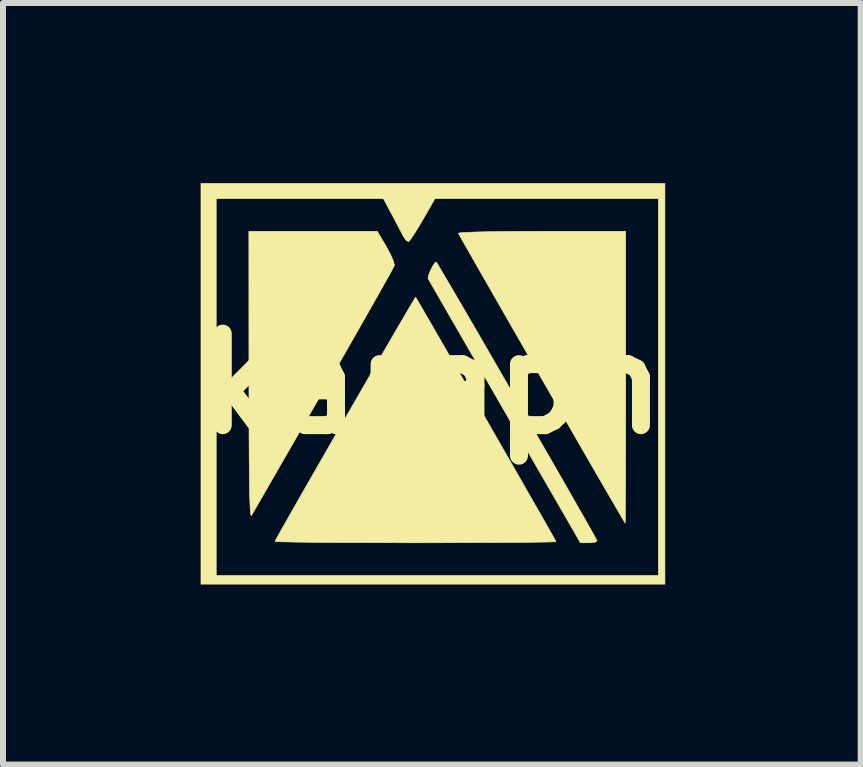
<source format=kicad_pcb>
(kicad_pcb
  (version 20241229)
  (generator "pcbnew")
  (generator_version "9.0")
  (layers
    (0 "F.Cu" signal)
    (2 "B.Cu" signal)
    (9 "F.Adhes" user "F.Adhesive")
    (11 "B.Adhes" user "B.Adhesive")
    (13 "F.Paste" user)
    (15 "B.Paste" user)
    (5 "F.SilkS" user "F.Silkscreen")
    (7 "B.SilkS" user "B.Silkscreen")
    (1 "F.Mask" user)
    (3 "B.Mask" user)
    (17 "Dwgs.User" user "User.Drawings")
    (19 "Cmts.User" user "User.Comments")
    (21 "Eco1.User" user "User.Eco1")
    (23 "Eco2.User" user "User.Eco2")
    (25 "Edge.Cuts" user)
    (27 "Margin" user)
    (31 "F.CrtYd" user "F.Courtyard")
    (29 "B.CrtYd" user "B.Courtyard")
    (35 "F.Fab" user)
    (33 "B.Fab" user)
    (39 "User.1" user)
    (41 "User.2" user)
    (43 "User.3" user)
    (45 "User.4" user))
  (footprint "karaph"
    (layer "F.Cu")
    (at 4.144 3.343)
    (property "Reference" "karaph" (at 0 0 0) (layer "F.SilkS") (effects (font (size 1.524 1.524) (thickness 0.3))))
    (attr through_hole)
    (fp_poly (pts (xy 3.883 3.338) (xy -3.846 3.338) (xy -3.846 -3.084) (xy -3.592 -3.084) (xy -3.592 3.193) (xy 3.774 3.193) (xy 3.774 -3.084) (xy 0.052 -3.084) (xy -0.15 -2.732) (xy -0.234 -2.59) (xy -0.308 -2.473) (xy -0.363 -2.394) (xy -0.388 -2.368) (xy -0.428 -2.388) (xy -0.474 -2.454) (xy -0.476 -2.457) (xy -0.517 -2.537) (xy -0.581 -2.658) (xy -0.653 -2.796) (xy -0.667 -2.821) (xy -0.807 -3.084) (xy -3.592 -3.084) (xy -3.846 -3.084) (xy -3.846 -3.338) (xy 3.883 -3.338) (xy 3.883 3.338)) (stroke (width 0.01) (type solid)) (fill yes) (layer "F.SilkS"))
    (fp_poly (pts (xy -0.759 -2.286) (xy -0.691 -2.16) (xy -0.643 -2.051) (xy -0.624 -1.979) (xy -0.625 -1.968) (xy -0.646 -1.927) (xy -0.7 -1.827) (xy -0.784 -1.677) (xy -0.895 -1.479) (xy -1.03 -1.241) (xy -1.186 -0.967) (xy -1.359 -0.663) (xy -1.547 -0.335) (xy -1.747 0.012) (xy -1.803 0.109) (xy -2.006 0.461) (xy -2.199 0.795) (xy -2.378 1.107) (xy -2.542 1.391) (xy -2.685 1.64) (xy -2.806 1.85) (xy -2.902 2.016) (xy -2.968 2.131) (xy -3.002 2.19) (xy -3.005 2.195) (xy -3.013 2.192) (xy -3.021 2.148) (xy -3.027 2.06) (xy -3.033 1.923) (xy -3.037 1.735) (xy -3.04 1.492) (xy -3.043 1.191) (xy -3.045 0.828) (xy -3.046 0.399) (xy -3.047 -0.098) (xy -3.047 -0.136) (xy -3.048 -2.54) (xy -0.91 -2.54) (xy -0.759 -2.286)) (stroke (width 0.01) (type solid)) (fill yes) (layer "F.SilkS"))
    (fp_poly (pts (xy 0.092 -2) (xy 0.144 -1.912) (xy 0.226 -1.773) (xy 0.334 -1.59) (xy 0.464 -1.367) (xy 0.613 -1.111) (xy 0.777 -0.829) (xy 0.953 -0.525) (xy 1.137 -0.206) (xy 1.326 0.122) (xy 1.517 0.453) (xy 1.706 0.781) (xy 1.89 1.1) (xy 2.065 1.404) (xy 2.228 1.688) (xy 2.374 1.944) (xy 2.502 2.168) (xy 2.607 2.353) (xy 2.686 2.493) (xy 2.735 2.582) (xy 2.752 2.614) (xy 2.728 2.636) (xy 2.653 2.648) (xy 2.619 2.649) (xy 2.475 2.649) (xy 1.214 0.463) (xy 1.003 0.097) (xy 0.803 -0.25) (xy 0.616 -0.574) (xy 0.446 -0.869) (xy 0.295 -1.13) (xy 0.167 -1.353) (xy 0.064 -1.532) (xy -0.011 -1.661) (xy -0.054 -1.736) (xy -0.064 -1.754) (xy -0.058 -1.799) (xy -0.028 -1.876) (xy 0.013 -1.958) (xy 0.053 -2.017) (xy 0.072 -2.03) (xy 0.092 -2)) (stroke (width 0.01) (type solid)) (fill yes) (layer "F.SilkS"))
    (fp_poly (pts (xy 3.229 -0.109) (xy 3.229 0.304) (xy 3.229 0.694) (xy 3.228 1.057) (xy 3.227 1.386) (xy 3.227 1.674) (xy 3.225 1.917) (xy 3.224 2.108) (xy 3.223 2.242) (xy 3.221 2.312) (xy 3.22 2.321) (xy 3.201 2.29) (xy 3.149 2.201) (xy 3.066 2.059) (xy 2.955 1.868) (xy 2.819 1.634) (xy 2.661 1.361) (xy 2.484 1.054) (xy 2.29 0.718) (xy 2.083 0.357) (xy 1.864 -0.023) (xy 1.832 -0.078) (xy 1.612 -0.461) (xy 1.402 -0.826) (xy 1.206 -1.168) (xy 1.026 -1.482) (xy 0.865 -1.763) (xy 0.725 -2.007) (xy 0.611 -2.208) (xy 0.523 -2.361) (xy 0.466 -2.463) (xy 0.442 -2.506) (xy 0.441 -2.507) (xy 0.474 -2.515) (xy 0.572 -2.522) (xy 0.73 -2.528) (xy 0.942 -2.533) (xy 1.201 -2.537) (xy 1.5 -2.539) (xy 1.829 -2.54) (xy 3.229 -2.54) (xy 3.229 -0.109)) (stroke (width 0.01) (type solid)) (fill yes) (layer "F.SilkS"))
    (fp_poly (pts (xy -0.248 -1.405) (xy -0.193 -1.312) (xy -0.11 -1.169) (xy -0.003 -0.983) (xy 0.126 -0.761) (xy 0.271 -0.508) (xy 0.431 -0.231) (xy 0.6 0.063) (xy 0.776 0.368) (xy 0.954 0.678) (xy 1.131 0.987) (xy 1.303 1.287) (xy 1.467 1.572) (xy 1.618 1.837) (xy 1.754 2.074) (xy 1.87 2.277) (xy 1.962 2.44) (xy 2.028 2.556) (xy 2.063 2.619) (xy 2.068 2.629) (xy 2.033 2.633) (xy 1.931 2.636) (xy 1.769 2.639) (xy 1.552 2.642) (xy 1.287 2.644) (xy 0.98 2.646) (xy 0.636 2.647) (xy 0.262 2.648) (xy -0.136 2.649) (xy -0.272 2.649) (xy -0.677 2.648) (xy -1.06 2.647) (xy -1.414 2.646) (xy -1.734 2.644) (xy -2.014 2.641) (xy -2.247 2.638) (xy -2.428 2.634) (xy -2.551 2.631) (xy -2.609 2.626) (xy -2.613 2.625) (xy -2.595 2.591) (xy -2.545 2.5) (xy -2.466 2.36) (xy -2.362 2.177) (xy -2.237 1.957) (xy -2.094 1.706) (xy -1.936 1.431) (xy -1.768 1.139) (xy -1.594 0.835) (xy -1.416 0.526) (xy -1.238 0.218) (xy -1.065 -0.082) (xy -0.9 -0.368) (xy -0.746 -0.633) (xy -0.608 -0.871) (xy -0.488 -1.076) (xy -0.391 -1.242) (xy -0.32 -1.362) (xy -0.279 -1.429) (xy -0.27 -1.442) (xy -0.248 -1.405)) (stroke (width 0.01) (type solid)) (fill yes) (layer "F.SilkS")))
  (gr_rect
    (start -3 -3)
    (end 11.288 9.687)
    (stroke (width 0.1) (type default))
    (fill no)
    (layer "Edge.Cuts")))
</source>
